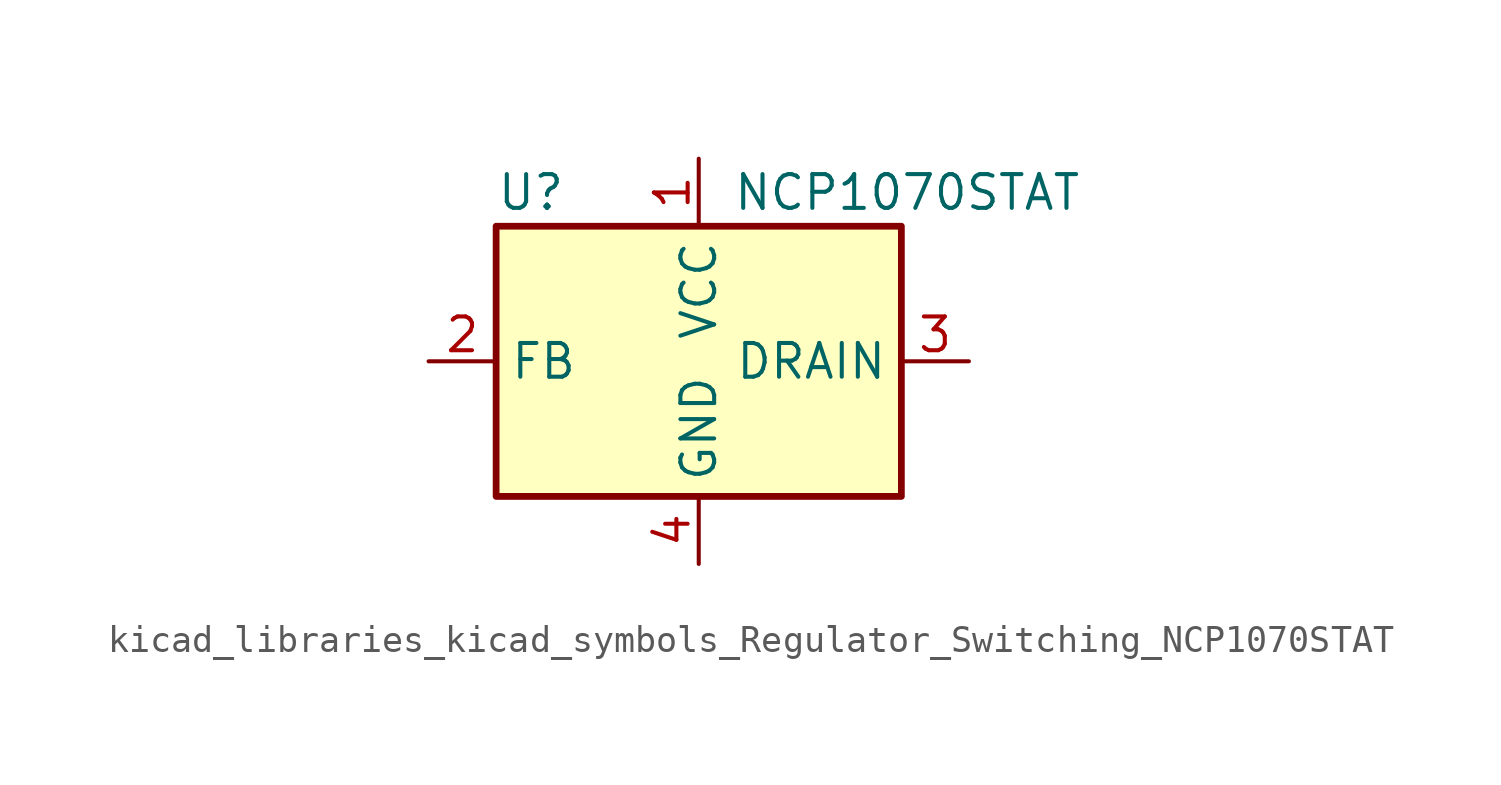
<source format=kicad_sym>
(kicad_symbol_lib
  (version 20220914)
  (generator kicad_symbol_editor)
  (symbol "kicad_libraries_kicad_symbols_Regulator_Switching_NCP1070STAT"
    (property "Reference" "U"
      (at -7.62 6.35 0)
      (effects (font (size 1.27 1.27)) (justify left)))
    (property "Value" "NCP1070STAT"
      (at 1.27 6.35 0)
      (effects (font (size 1.27 1.27)) (justify left)))
    (symbol "kicad_libraries_kicad_symbols_Regulator_Switching_NCP1070STAT_0_1"
      (rectangle (start -7.62 5.08) (end 7.62 -5.08) (stroke (width 0.254) (type default)) (fill (type background))))
    (symbol "kicad_libraries_kicad_symbols_Regulator_Switching_NCP1070STAT_1_1"
      (pin power_in line (at 0 7.62 270) (length 2.54) (name "VCC" (effects (font (size 1.27 1.27)))) (number "1" (effects (font (size 1.27 1.27)))))
      (pin input line (at -10.16 0 0) (length 2.54) (name "FB" (effects (font (size 1.27 1.27)))) (number "2" (effects (font (size 1.27 1.27)))))
      (pin open_collector line (at 10.16 0 180) (length 2.54) (name "DRAIN" (effects (font (size 1.27 1.27)))) (number "3" (effects (font (size 1.27 1.27)))))
      (pin power_in line (at 0 -7.62 90) (length 2.54) (name "GND" (effects (font (size 1.27 1.27)))) (number "4" (effects (font (size 1.27 1.27))))))))
</source>
